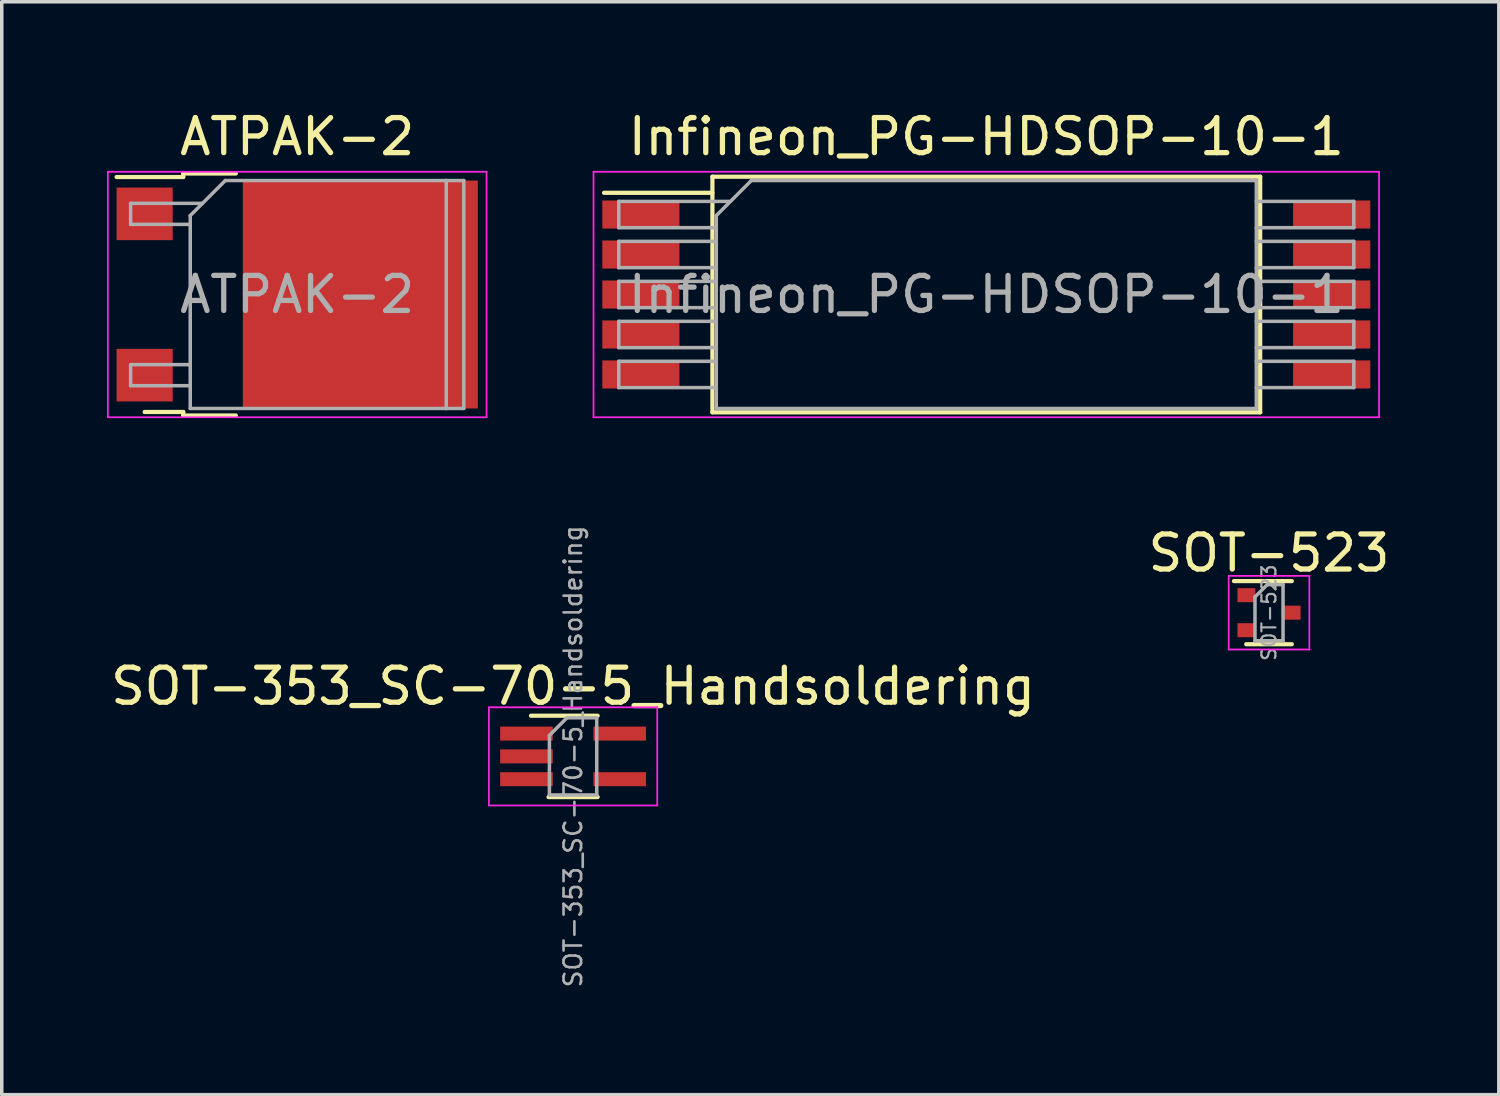
<source format=kicad_pcb>
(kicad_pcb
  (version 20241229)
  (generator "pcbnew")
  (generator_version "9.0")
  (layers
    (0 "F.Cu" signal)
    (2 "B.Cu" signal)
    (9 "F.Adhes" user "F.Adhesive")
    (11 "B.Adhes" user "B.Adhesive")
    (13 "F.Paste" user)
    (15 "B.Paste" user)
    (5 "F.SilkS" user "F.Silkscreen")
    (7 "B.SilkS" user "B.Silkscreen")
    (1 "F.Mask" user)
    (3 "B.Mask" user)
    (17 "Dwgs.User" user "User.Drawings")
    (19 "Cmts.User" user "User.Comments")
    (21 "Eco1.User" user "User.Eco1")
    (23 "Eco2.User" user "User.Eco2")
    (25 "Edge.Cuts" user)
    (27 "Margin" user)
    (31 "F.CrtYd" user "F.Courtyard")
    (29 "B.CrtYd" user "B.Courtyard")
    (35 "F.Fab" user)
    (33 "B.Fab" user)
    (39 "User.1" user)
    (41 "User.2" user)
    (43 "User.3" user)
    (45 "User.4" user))
  (footprint "Infineon_PG-HDSOP-10-1"
    (layer "F.Cu")
    (at 25.075 5.348)
    (property "Reference" "Infineon_PG-HDSOP-10-1" (at 0 -4.5 0) (layer "F.SilkS") (effects (font (size 1 1) (thickness 0.15))))
    (attr smd)
    (fp_line (start -10.9 -2.9) (end -7.81 -2.9) (stroke (width 0.12) (type solid)) (layer "F.SilkS"))
    (fp_line (start -7.81 -3.36) (end 7.81 -3.36) (stroke (width 0.12) (type solid)) (layer "F.SilkS"))
    (fp_line (start -7.81 3.36) (end -7.81 -3.36) (stroke (width 0.12) (type solid)) (layer "F.SilkS"))
    (fp_line (start -7.81 3.36) (end 7.81 3.36) (stroke (width 0.12) (type solid)) (layer "F.SilkS"))
    (fp_line (start 7.81 3.36) (end 7.81 -3.36) (stroke (width 0.12) (type solid)) (layer "F.SilkS"))
    (fp_line (start -11.2 -3.5) (end -11.2 3.5) (stroke (width 0.05) (type solid)) (layer "F.CrtYd"))
    (fp_line (start -11.2 -3.5) (end 11.2 -3.5) (stroke (width 0.05) (type solid)) (layer "F.CrtYd"))
    (fp_line (start -11.2 3.5) (end 11.2 3.5) (stroke (width 0.05) (type solid)) (layer "F.CrtYd"))
    (fp_line (start 11.2 -3.5) (end 11.2 3.5) (stroke (width 0.05) (type solid)) (layer "F.CrtYd"))
    (fp_line (start -10.48 -2.655) (end -10.48 -1.905) (stroke (width 0.1) (type solid)) (layer "F.Fab"))
    (fp_line (start -10.48 -1.905) (end -7.7 -1.905) (stroke (width 0.1) (type solid)) (layer "F.Fab"))
    (fp_line (start -10.48 -1.515) (end -10.48 -0.765) (stroke (width 0.1) (type solid)) (layer "F.Fab"))
    (fp_line (start -10.48 -0.765) (end -7.7 -0.765) (stroke (width 0.1) (type solid)) (layer "F.Fab"))
    (fp_line (start -10.48 -0.375) (end -10.48 0.375) (stroke (width 0.1) (type solid)) (layer "F.Fab"))
    (fp_line (start -10.48 0.375) (end -7.7 0.375) (stroke (width 0.1) (type solid)) (layer "F.Fab"))
    (fp_line (start -10.48 0.765) (end -10.48 1.515) (stroke (width 0.1) (type solid)) (layer "F.Fab"))
    (fp_line (start -10.48 1.515) (end -7.7 1.515) (stroke (width 0.1) (type solid)) (layer "F.Fab"))
    (fp_line (start -10.48 1.905) (end -10.48 2.655) (stroke (width 0.1) (type solid)) (layer "F.Fab"))
    (fp_line (start -10.48 2.655) (end -7.7 2.655) (stroke (width 0.1) (type solid)) (layer "F.Fab"))
    (fp_line (start -7.7 -1.515) (end -10.48 -1.515) (stroke (width 0.1) (type solid)) (layer "F.Fab"))
    (fp_line (start -7.7 -0.375) (end -10.48 -0.375) (stroke (width 0.1) (type solid)) (layer "F.Fab"))
    (fp_line (start -7.7 0.765) (end -10.48 0.765) (stroke (width 0.1) (type solid)) (layer "F.Fab"))
    (fp_line (start -7.7 1.905) (end -10.48 1.905) (stroke (width 0.1) (type solid)) (layer "F.Fab"))
    (fp_line (start -7.7 3.25) (end -7.7 -2.25) (stroke (width 0.1) (type solid)) (layer "F.Fab"))
    (fp_line (start -7.7 3.25) (end 7.7 3.25) (stroke (width 0.1) (type solid)) (layer "F.Fab"))
    (fp_line (start -7.3 -2.655) (end -10.48 -2.655) (stroke (width 0.1) (type solid)) (layer "F.Fab"))
    (fp_line (start -6.7 -3.25) (end -7.7 -2.25) (stroke (width 0.1) (type solid)) (layer "F.Fab"))
    (fp_line (start -6.7 -3.25) (end 7.7 -3.25) (stroke (width 0.1) (type solid)) (layer "F.Fab"))
    (fp_line (start 7.7 -2.655) (end 10.48 -2.655) (stroke (width 0.1) (type solid)) (layer "F.Fab"))
    (fp_line (start 7.7 -1.515) (end 10.48 -1.515) (stroke (width 0.1) (type solid)) (layer "F.Fab"))
    (fp_line (start 7.7 -0.375) (end 10.48 -0.375) (stroke (width 0.1) (type solid)) (layer "F.Fab"))
    (fp_line (start 7.7 0.765) (end 10.48 0.765) (stroke (width 0.1) (type solid)) (layer "F.Fab"))
    (fp_line (start 7.7 1.905) (end 10.48 1.905) (stroke (width 0.1) (type solid)) (layer "F.Fab"))
    (fp_line (start 7.7 3.25) (end 7.7 -3.25) (stroke (width 0.1) (type solid)) (layer "F.Fab"))
    (fp_line (start 10.48 -2.655) (end 10.48 -1.905) (stroke (width 0.1) (type solid)) (layer "F.Fab"))
    (fp_line (start 10.48 -1.905) (end 7.7 -1.905) (stroke (width 0.1) (type solid)) (layer "F.Fab"))
    (fp_line (start 10.48 -1.515) (end 10.48 -0.765) (stroke (width 0.1) (type solid)) (layer "F.Fab"))
    (fp_line (start 10.48 -0.765) (end 7.7 -0.765) (stroke (width 0.1) (type solid)) (layer "F.Fab"))
    (fp_line (start 10.48 -0.375) (end 10.48 0.375) (stroke (width 0.1) (type solid)) (layer "F.Fab"))
    (fp_line (start 10.48 0.375) (end 7.7 0.375) (stroke (width 0.1) (type solid)) (layer "F.Fab"))
    (fp_line (start 10.48 0.765) (end 10.48 1.515) (stroke (width 0.1) (type solid)) (layer "F.Fab"))
    (fp_line (start 10.48 1.515) (end 7.7 1.515) (stroke (width 0.1) (type solid)) (layer "F.Fab"))
    (fp_line (start 10.48 1.905) (end 10.48 2.655) (stroke (width 0.1) (type solid)) (layer "F.Fab"))
    (fp_line (start 10.48 2.655) (end 7.7 2.655) (stroke (width 0.1) (type solid)) (layer "F.Fab"))
    (fp_text user "${REFERENCE}" (at 0 0 0) (layer "F.Fab") (effects (font (size 1 1) (thickness 0.15))))
    (pad "1" smd rect (at -9.85 -2.28) (size 2.2 0.8) (layers "F.Cu" "F.Mask" "F.Paste"))
    (pad "2" smd rect (at -9.85 -1.14) (size 2.2 0.8) (layers "F.Cu" "F.Mask" "F.Paste"))
    (pad "3" smd rect (at -9.85 0) (size 2.2 0.8) (layers "F.Cu" "F.Mask" "F.Paste"))
    (pad "4" smd rect (at -9.85 1.14) (size 2.2 0.8) (layers "F.Cu" "F.Mask" "F.Paste"))
    (pad "5" smd rect (at -9.85 2.28) (size 2.2 0.8) (layers "F.Cu" "F.Mask" "F.Paste"))
    (pad "6" smd rect (at 9.85 2.28) (size 2.2 0.8) (layers "F.Cu" "F.Mask" "F.Paste"))
    (pad "7" smd rect (at 9.85 1.14) (size 2.2 0.8) (layers "F.Cu" "F.Mask" "F.Paste"))
    (pad "8" smd rect (at 9.85 0) (size 2.2 0.8) (layers "F.Cu" "F.Mask" "F.Paste"))
    (pad "9" smd rect (at 9.85 -1.14) (size 2.2 0.8) (layers "F.Cu" "F.Mask" "F.Paste"))
    (pad "10" smd rect (at 9.85 -2.28) (size 2.2 0.8) (layers "F.Cu" "F.Mask" "F.Paste")))
  (footprint "SOT-523"
    (layer "F.Cu")
    (at 33.137 14.421)
    (property "Reference" "SOT-523" (at 0 -1.7 0) (layer "F.SilkS") (effects (font (size 1 1) (thickness 0.15))))
    (attr smd)
    (fp_line (start -1 -0.9) (end 0.65 -0.9) (stroke (width 0.12) (type solid)) (layer "F.SilkS"))
    (fp_line (start 0.65 0.9) (end -0.65 0.9) (stroke (width 0.12) (type solid)) (layer "F.SilkS"))
    (fp_line (start -1.15 -1.05) (end -1.15 1.05) (stroke (width 0.05) (type solid)) (layer "F.CrtYd"))
    (fp_line (start -1.15 -1.05) (end 1.15 -1.05) (stroke (width 0.05) (type solid)) (layer "F.CrtYd"))
    (fp_line (start 1.15 1.05) (end -1.15 1.05) (stroke (width 0.05) (type solid)) (layer "F.CrtYd"))
    (fp_line (start 1.15 1.05) (end 1.15 -1.05) (stroke (width 0.05) (type solid)) (layer "F.CrtYd"))
    (fp_line (start -0.4 -0.45) (end -0.4 0.8) (stroke (width 0.1) (type solid)) (layer "F.Fab"))
    (fp_line (start -0.4 -0.45) (end -0.05 -0.8) (stroke (width 0.1) (type solid)) (layer "F.Fab"))
    (fp_line (start -0.4 0.8) (end 0.4 0.8) (stroke (width 0.1) (type solid)) (layer "F.Fab"))
    (fp_line (start 0.4 -0.8) (end -0.05 -0.8) (stroke (width 0.1) (type solid)) (layer "F.Fab"))
    (fp_line (start 0.4 0.8) (end 0.4 -0.8) (stroke (width 0.1) (type solid)) (layer "F.Fab"))
    (fp_text user "${REFERENCE}" (at 0 0 270) (layer "F.Fab") (effects (font (size 0.4 0.4) (thickness 0.062))))
    (pad "1" smd rect (at -0.645 -0.5 180) (size 0.51 0.4) (layers "F.Cu" "F.Mask" "F.Paste"))
    (pad "2" smd rect (at -0.645 0.5 180) (size 0.51 0.4) (layers "F.Cu" "F.Mask" "F.Paste"))
    (pad "3" smd rect (at 0.645 0 180) (size 0.51 0.4) (layers "F.Cu" "F.Mask" "F.Paste")))
  (footprint "SOT-353_SC-70-5_Handsoldering"
    (layer "F.Cu")
    (at 13.292 18.519)
    (property "Reference" "SOT-353_SC-70-5_Handsoldering" (at 0 -2 0) (layer "F.SilkS") (effects (font (size 1 1) (thickness 0.15))))
    (attr smd)
    (fp_line (start -0.7 1.16) (end 0.7 1.16) (stroke (width 0.12) (type solid)) (layer "F.SilkS"))
    (fp_line (start 0.7 -1.16) (end -1.2 -1.16) (stroke (width 0.12) (type solid)) (layer "F.SilkS"))
    (fp_line (start -2.4 -1.4) (end -2.4 1.4) (stroke (width 0.05) (type solid)) (layer "F.CrtYd"))
    (fp_line (start -2.4 -1.4) (end 2.4 -1.4) (stroke (width 0.05) (type solid)) (layer "F.CrtYd"))
    (fp_line (start -2.4 1.4) (end 2.4 1.4) (stroke (width 0.05) (type solid)) (layer "F.CrtYd"))
    (fp_line (start 2.4 1.4) (end 2.4 -1.4) (stroke (width 0.05) (type solid)) (layer "F.CrtYd"))
    (fp_line (start -0.675 -0.6) (end -0.675 1.1) (stroke (width 0.1) (type solid)) (layer "F.Fab"))
    (fp_line (start -0.175 -1.1) (end -0.675 -0.6) (stroke (width 0.1) (type solid)) (layer "F.Fab"))
    (fp_line (start 0.675 -1.1) (end -0.175 -1.1) (stroke (width 0.1) (type solid)) (layer "F.Fab"))
    (fp_line (start 0.675 -1.1) (end 0.675 1.1) (stroke (width 0.1) (type solid)) (layer "F.Fab"))
    (fp_line (start 0.675 1.1) (end -0.675 1.1) (stroke (width 0.1) (type solid)) (layer "F.Fab"))
    (fp_text user "${REFERENCE}" (at 0 0 90) (layer "F.Fab") (effects (font (size 0.5 0.5) (thickness 0.075))))
    (pad "1" smd rect (at -1.33 -0.65) (size 1.5 0.4) (layers "F.Cu" "F.Mask" "F.Paste"))
    (pad "2" smd rect (at -1.33 0) (size 1.5 0.4) (layers "F.Cu" "F.Mask" "F.Paste"))
    (pad "3" smd rect (at -1.33 0.65) (size 1.5 0.4) (layers "F.Cu" "F.Mask" "F.Paste"))
    (pad "4" smd rect (at 1.33 0.65) (size 1.5 0.4) (layers "F.Cu" "F.Mask" "F.Paste"))
    (pad "5" smd rect (at 1.33 -0.65) (size 1.5 0.4) (layers "F.Cu" "F.Mask" "F.Paste")))
  (footprint "ATPAK-2"
    (layer "F.Cu")
    (at 5.425 5.348)
    (property "Reference" "ATPAK-2" (at 0 -4.5 0) (layer "F.SilkS") (effects (font (size 1 1) (thickness 0.15))))
    (attr smd)
    (fp_line (start -3.25 -3.45) (end -3.25 -3.35) (stroke (width 0.12) (type solid)) (layer "F.SilkS"))
    (fp_line (start -3.25 -3.35) (end -5.15 -3.35) (stroke (width 0.12) (type solid)) (layer "F.SilkS"))
    (fp_line (start -3.25 3.35) (end -4.35 3.35) (stroke (width 0.12) (type solid)) (layer "F.SilkS"))
    (fp_line (start -3.25 3.45) (end -3.25 3.35) (stroke (width 0.12) (type solid)) (layer "F.SilkS"))
    (fp_line (start -1.75 -3.45) (end -3.25 -3.45) (stroke (width 0.12) (type solid)) (layer "F.SilkS"))
    (fp_line (start -1.75 3.45) (end -3.25 3.45) (stroke (width 0.12) (type solid)) (layer "F.SilkS"))
    (fp_line (start -5.4 -3.5) (end -5.4 3.5) (stroke (width 0.05) (type solid)) (layer "F.CrtYd"))
    (fp_line (start -5.4 3.5) (end 5.4 3.5) (stroke (width 0.05) (type solid)) (layer "F.CrtYd"))
    (fp_line (start 5.4 -3.5) (end -5.4 -3.5) (stroke (width 0.05) (type solid)) (layer "F.CrtYd"))
    (fp_line (start 5.4 3.5) (end 5.4 -3.5) (stroke (width 0.05) (type solid)) (layer "F.CrtYd"))
    (fp_line (start -4.75 -2.6) (end -4.75 -2) (stroke (width 0.1) (type solid)) (layer "F.Fab"))
    (fp_line (start -4.75 -2) (end -3.05 -2) (stroke (width 0.1) (type solid)) (layer "F.Fab"))
    (fp_line (start -4.75 2) (end -4.75 2.6) (stroke (width 0.1) (type solid)) (layer "F.Fab"))
    (fp_line (start -4.75 2.6) (end -3.05 2.6) (stroke (width 0.1) (type solid)) (layer "F.Fab"))
    (fp_line (start -3.05 -2.25) (end -2.05 -3.25) (stroke (width 0.1) (type solid)) (layer "F.Fab"))
    (fp_line (start -3.05 2) (end -4.75 2) (stroke (width 0.1) (type solid)) (layer "F.Fab"))
    (fp_line (start -3.05 3.25) (end -3.05 -2.25) (stroke (width 0.1) (type solid)) (layer "F.Fab"))
    (fp_line (start -2.7 -2.6) (end -4.75 -2.6) (stroke (width 0.1) (type solid)) (layer "F.Fab"))
    (fp_line (start -2.05 -3.25) (end 4.25 -3.25) (stroke (width 0.1) (type solid)) (layer "F.Fab"))
    (fp_line (start 4.25 -3.25) (end 4.25 3.25) (stroke (width 0.1) (type solid)) (layer "F.Fab"))
    (fp_line (start 4.25 -3.25) (end 4.75 -3.25) (stroke (width 0.1) (type solid)) (layer "F.Fab"))
    (fp_line (start 4.25 3.25) (end -3.05 3.25) (stroke (width 0.1) (type solid)) (layer "F.Fab"))
    (fp_line (start 4.75 -3.25) (end 4.75 3.25) (stroke (width 0.1) (type solid)) (layer "F.Fab"))
    (fp_line (start 4.75 3.25) (end 4.25 3.25) (stroke (width 0.1) (type solid)) (layer "F.Fab"))
    (fp_text user "${REFERENCE}" (at 0 0 0) (layer "F.Fab") (effects (font (size 1 1) (thickness 0.15))))
    (pad "" smd rect (at 0.05 -1.7) (size 3.2 3.1) (layers "F.Paste"))
    (pad "" smd rect (at 0.05 1.7) (size 3.2 3.1) (layers "F.Paste"))
    (pad "" smd rect (at 3.55 -1.7) (size 3.2 3.1) (layers "F.Paste"))
    (pad "" smd rect (at 3.55 1.7) (size 3.2 3.1) (layers "F.Paste"))
    (pad "1" smd rect (at -4.35 -2.3) (size 1.6 1.5) (layers "F.Cu" "F.Mask" "F.Paste"))
    (pad "2" smd rect (at 1.8 0) (size 6.7 6.5) (layers "F.Cu" "F.Mask"))
    (pad "3" smd rect (at -4.35 2.3) (size 1.6 1.5) (layers "F.Cu" "F.Mask" "F.Paste")))
  (gr_rect
    (start -3 -3)
    (end 39.69 28.165)
    (stroke (width 0.1) (type default))
    (fill no)
    (layer "Edge.Cuts")))
</source>
